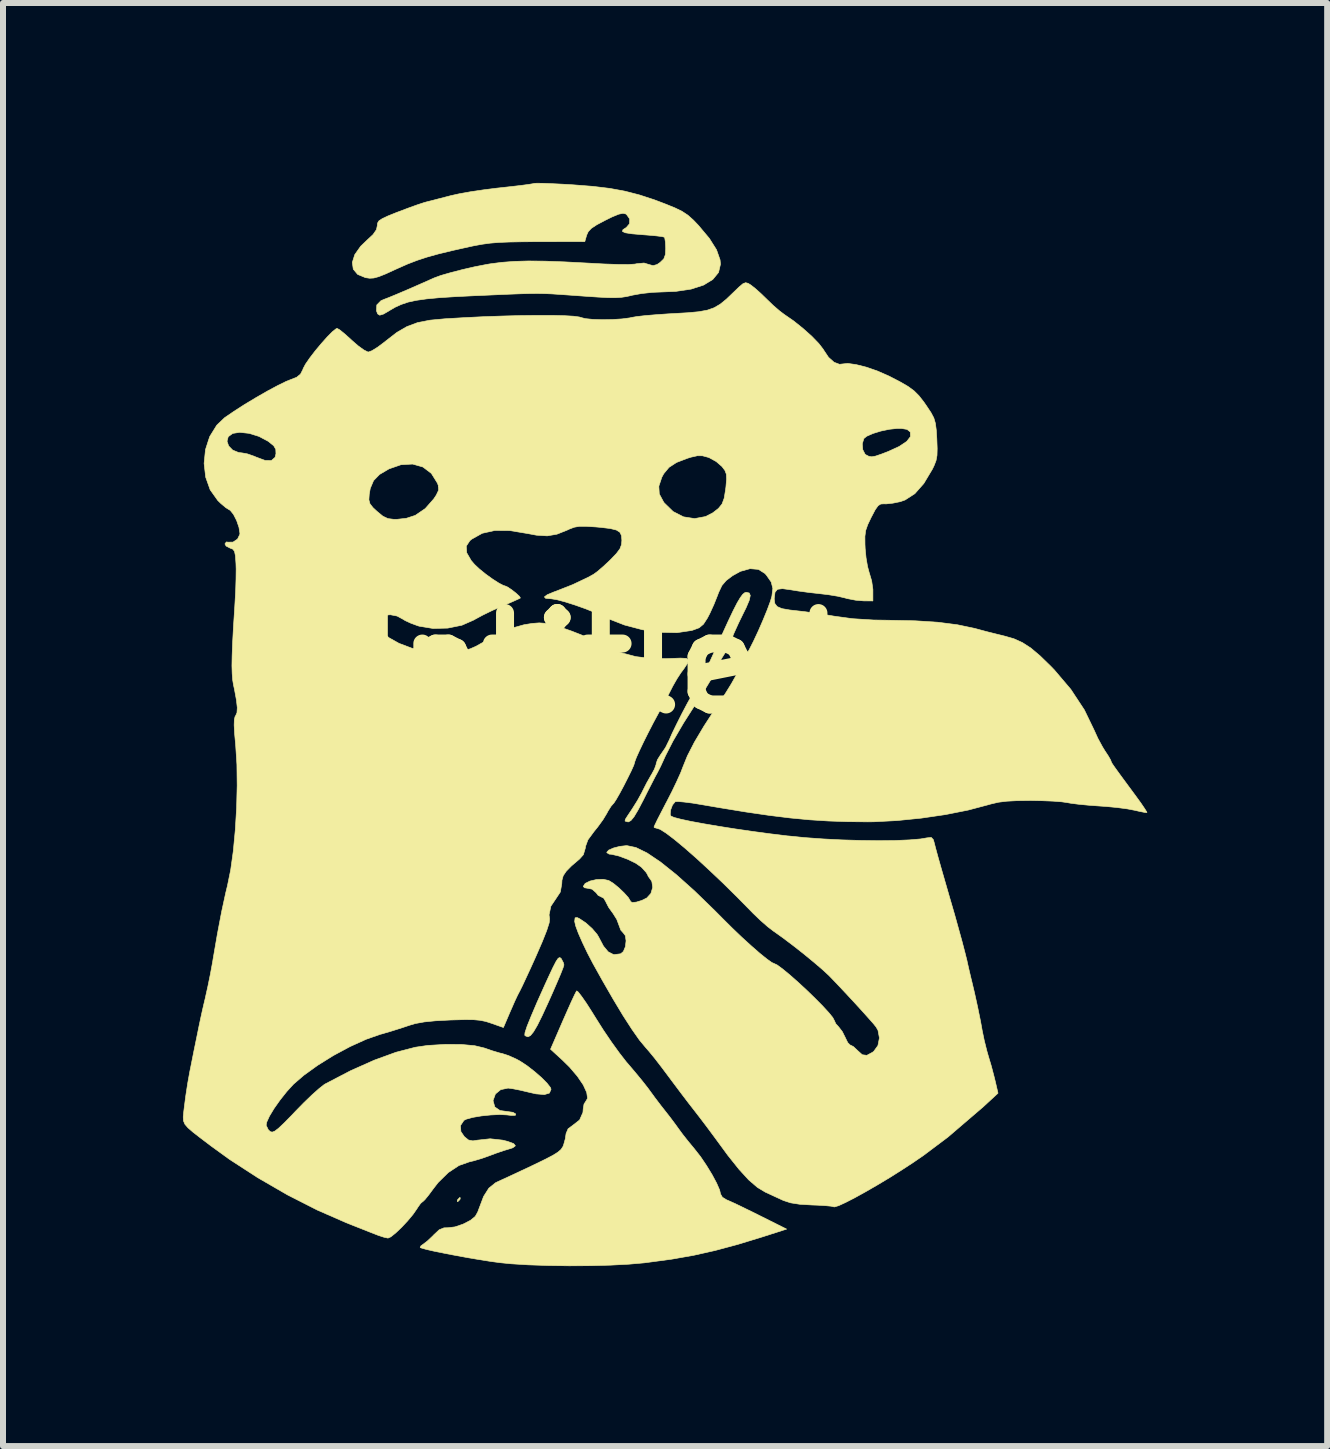
<source format=kicad_pcb>
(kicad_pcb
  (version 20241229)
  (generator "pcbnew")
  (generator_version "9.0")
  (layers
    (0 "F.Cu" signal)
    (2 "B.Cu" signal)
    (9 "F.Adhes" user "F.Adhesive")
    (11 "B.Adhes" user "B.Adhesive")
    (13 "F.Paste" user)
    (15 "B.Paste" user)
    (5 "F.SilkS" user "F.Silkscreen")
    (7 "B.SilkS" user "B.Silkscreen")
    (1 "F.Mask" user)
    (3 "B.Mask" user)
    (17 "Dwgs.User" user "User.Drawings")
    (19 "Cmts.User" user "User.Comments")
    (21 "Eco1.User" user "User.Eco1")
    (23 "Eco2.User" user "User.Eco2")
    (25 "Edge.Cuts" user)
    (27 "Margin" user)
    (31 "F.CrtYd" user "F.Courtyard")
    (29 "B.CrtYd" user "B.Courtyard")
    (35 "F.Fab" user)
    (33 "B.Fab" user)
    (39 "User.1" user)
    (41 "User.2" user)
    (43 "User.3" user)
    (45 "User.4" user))
  (footprint "Untitled"
    (layer "F.Cu")
    (at 6.495 8.006)
    (property "Reference" "Untitled" (at 0 0 0) (layer "F.SilkS") (effects (font (size 1.524 1.524) (thickness 0.3))))
    (attr through_hole)
    (fp_poly (pts (xy -1.872 8.931) (xy -1.878 8.944) (xy -1.912 8.978) (xy -1.918 8.979) (xy -1.921 8.956) (xy -1.914 8.944) (xy -1.88 8.909) (xy -1.874 8.908) (xy -1.872 8.931)) (stroke (width 0.01) (type solid)) (fill yes) (layer "F.SilkS"))
    (fp_poly (pts (xy -0.188 4.926) (xy -0.188 4.926) (xy -0.151 4.997) (xy -0.143 5.032) (xy -0.157 5.078) (xy -0.196 5.178) (xy -0.256 5.319) (xy -0.331 5.492) (xy -0.402 5.651) (xy -0.505 5.875) (xy -0.586 6.038) (xy -0.65 6.147) (xy -0.701 6.209) (xy -0.743 6.23) (xy -0.782 6.216) (xy -0.796 6.204) (xy -0.792 6.16) (xy -0.757 6.053) (xy -0.689 5.885) (xy -0.591 5.655) (xy -0.462 5.367) (xy -0.4 5.232) (xy -0.326 5.074) (xy -0.274 4.973) (xy -0.238 4.92) (xy -0.211 4.908) (xy -0.188 4.926)) (stroke (width 0.01) (type solid)) (fill yes) (layer "F.SilkS"))
    (fp_poly (pts (xy 2.947 -1.169) (xy 2.964 -1.128) (xy 2.947 -1.049) (xy 2.894 -0.924) (xy 2.843 -0.821) (xy 2.769 -0.669) (xy 2.697 -0.511) (xy 2.644 -0.384) (xy 2.595 -0.27) (xy 2.549 -0.178) (xy 2.526 -0.143) (xy 2.486 -0.079) (xy 2.437 0.022) (xy 2.415 0.072) (xy 2.37 0.162) (xy 2.295 0.296) (xy 2.199 0.454) (xy 2.093 0.621) (xy 2.077 0.644) (xy 1.852 0.997) (xy 1.676 1.298) (xy 1.548 1.548) (xy 1.52 1.61) (xy 1.469 1.721) (xy 1.419 1.819) (xy 1.416 1.825) (xy 1.379 1.892) (xy 1.32 2.007) (xy 1.246 2.151) (xy 1.181 2.281) (xy 1.092 2.45) (xy 1.026 2.561) (xy 0.974 2.624) (xy 0.932 2.647) (xy 0.925 2.647) (xy 0.876 2.633) (xy 0.882 2.603) (xy 0.917 2.548) (xy 0.976 2.46) (xy 1.009 2.409) (xy 1.085 2.287) (xy 1.155 2.16) (xy 1.173 2.123) (xy 1.237 1.997) (xy 1.308 1.872) (xy 1.316 1.86) (xy 1.366 1.767) (xy 1.394 1.689) (xy 1.395 1.675) (xy 1.417 1.609) (xy 1.47 1.525) (xy 1.478 1.514) (xy 1.551 1.407) (xy 1.609 1.289) (xy 1.61 1.288) (xy 1.66 1.174) (xy 1.735 1.019) (xy 1.824 0.842) (xy 1.918 0.664) (xy 2.006 0.506) (xy 2.076 0.388) (xy 2.084 0.376) (xy 2.136 0.286) (xy 2.206 0.15) (xy 2.285 -0.015) (xy 2.36 -0.179) (xy 2.49 -0.468) (xy 2.595 -0.698) (xy 2.679 -0.875) (xy 2.745 -1.004) (xy 2.798 -1.093) (xy 2.839 -1.148) (xy 2.873 -1.175) (xy 2.897 -1.181) (xy 2.947 -1.169)) (stroke (width 0.01) (type solid)) (fill yes) (layer "F.SilkS"))
    (fp_poly (pts (xy 0.095 5.483) (xy 0.151 5.555) (xy 0.23 5.668) (xy 0.324 5.815) (xy 0.391 5.923) (xy 0.515 6.119) (xy 0.65 6.318) (xy 0.783 6.502) (xy 0.898 6.65) (xy 0.928 6.684) (xy 1.045 6.822) (xy 1.159 6.96) (xy 1.251 7.077) (xy 1.282 7.119) (xy 1.371 7.241) (xy 1.476 7.379) (xy 1.539 7.459) (xy 1.632 7.578) (xy 1.72 7.696) (xy 1.768 7.763) (xy 1.835 7.854) (xy 1.929 7.973) (xy 2.03 8.095) (xy 2.034 8.1) (xy 2.133 8.226) (xy 2.233 8.374) (xy 2.327 8.528) (xy 2.403 8.67) (xy 2.453 8.785) (xy 2.468 8.851) (xy 2.499 8.905) (xy 2.567 8.947) (xy 2.634 8.976) (xy 2.751 9.03) (xy 2.901 9.103) (xy 3.071 9.186) (xy 3.118 9.21) (xy 3.57 9.436) (xy 3.171 9.564) (xy 2.756 9.691) (xy 2.38 9.792) (xy 2.02 9.873) (xy 1.65 9.938) (xy 1.248 9.992) (xy 1.194 9.999) (xy 0.941 10.021) (xy 0.636 10.037) (xy 0.298 10.046) (xy -0.056 10.048) (xy -0.407 10.043) (xy -0.737 10.032) (xy -1.028 10.014) (xy -1.207 9.996) (xy -1.363 9.975) (xy -1.547 9.946) (xy -1.747 9.912) (xy -1.95 9.875) (xy -2.141 9.838) (xy -2.309 9.804) (xy -2.44 9.774) (xy -2.521 9.751) (xy -2.54 9.743) (xy -2.527 9.715) (xy -2.488 9.687) (xy -2.421 9.636) (xy -2.337 9.557) (xy -2.308 9.527) (xy -2.222 9.447) (xy -2.143 9.415) (xy -2.073 9.413) (xy -1.959 9.399) (xy -1.824 9.353) (xy -1.7 9.289) (xy -1.621 9.224) (xy -1.581 9.153) (xy -1.556 9.087) (xy -1.482 8.891) (xy -1.395 8.754) (xy -1.284 8.664) (xy -1.243 8.644) (xy -1.154 8.603) (xy -1.017 8.54) (xy -0.851 8.462) (xy -0.672 8.378) (xy -0.641 8.363) (xy -0.458 8.274) (xy -0.329 8.207) (xy -0.244 8.154) (xy -0.191 8.108) (xy -0.16 8.061) (xy -0.149 8.034) (xy -0.12 7.93) (xy -0.107 7.842) (xy -0.107 7.842) (xy -0.073 7.763) (xy -0.001 7.71) (xy 0.118 7.617) (xy 0.174 7.491) (xy 0.179 7.428) (xy 0.192 7.351) (xy 0.215 7.316) (xy 0.251 7.256) (xy 0.237 7.158) (xy 0.18 7.033) (xy 0.082 6.889) (xy -0.049 6.735) (xy -0.168 6.618) (xy -0.366 6.437) (xy -0.161 5.964) (xy -0.086 5.794) (xy -0.02 5.646) (xy 0.032 5.535) (xy 0.064 5.472) (xy 0.07 5.464) (xy 0.095 5.483)) (stroke (width 0.01) (type solid)) (fill yes) (layer "F.SilkS"))
    (fp_poly (pts (xy -0.495 -8) (xy -0.346 -7.994) (xy -0.162 -7.985) (xy 0.006 -7.975) (xy 0.339 -7.949) (xy 0.621 -7.915) (xy 0.872 -7.869) (xy 1.113 -7.807) (xy 1.364 -7.725) (xy 1.538 -7.659) (xy 1.706 -7.591) (xy 1.827 -7.532) (xy 1.924 -7.468) (xy 2.016 -7.386) (xy 2.099 -7.299) (xy 2.281 -7.082) (xy 2.401 -6.892) (xy 2.46 -6.724) (xy 2.467 -6.652) (xy 2.435 -6.514) (xy 2.339 -6.397) (xy 2.185 -6.303) (xy 1.978 -6.236) (xy 1.722 -6.198) (xy 1.509 -6.189) (xy 1.333 -6.182) (xy 1.151 -6.162) (xy 1 -6.135) (xy 0.99 -6.132) (xy 0.902 -6.112) (xy 0.815 -6.099) (xy 0.715 -6.093) (xy 0.588 -6.094) (xy 0.421 -6.103) (xy 0.199 -6.118) (xy 0.144 -6.122) (xy -0.051 -6.136) (xy -0.21 -6.147) (xy -0.343 -6.156) (xy -0.464 -6.161) (xy -0.583 -6.163) (xy -0.713 -6.162) (xy -0.865 -6.158) (xy -1.051 -6.151) (xy -1.283 -6.141) (xy -1.573 -6.128) (xy -1.628 -6.126) (xy -1.954 -6.11) (xy -2.219 -6.093) (xy -2.432 -6.073) (xy -2.602 -6.049) (xy -2.741 -6.019) (xy -2.856 -5.98) (xy -2.959 -5.933) (xy -3.046 -5.882) (xy -3.151 -5.82) (xy -3.214 -5.801) (xy -3.249 -5.823) (xy -3.268 -5.874) (xy -3.263 -5.972) (xy -3.193 -6.043) (xy -3.136 -6.067) (xy -3.063 -6.095) (xy -2.93 -6.15) (xy -2.742 -6.23) (xy -2.505 -6.334) (xy -2.307 -6.422) (xy -2.196 -6.463) (xy -2.033 -6.51) (xy -1.84 -6.56) (xy -1.637 -6.607) (xy -1.443 -6.645) (xy -1.374 -6.657) (xy -1.181 -6.682) (xy -0.971 -6.698) (xy -0.735 -6.705) (xy -0.459 -6.702) (xy -0.134 -6.69) (xy 0.23 -6.671) (xy 0.525 -6.655) (xy 0.76 -6.647) (xy 0.933 -6.646) (xy 1.041 -6.653) (xy 1.069 -6.659) (xy 1.193 -6.671) (xy 1.261 -6.65) (xy 1.343 -6.627) (xy 1.41 -6.646) (xy 1.46 -6.68) (xy 1.522 -6.74) (xy 1.549 -6.813) (xy 1.554 -6.917) (xy 1.549 -7.02) (xy 1.538 -7.088) (xy 1.533 -7.101) (xy 1.491 -7.112) (xy 1.394 -7.124) (xy 1.259 -7.136) (xy 1.168 -7.143) (xy 0.991 -7.158) (xy 0.881 -7.175) (xy 0.833 -7.197) (xy 0.841 -7.227) (xy 0.897 -7.263) (xy 0.951 -7.326) (xy 0.953 -7.407) (xy 0.901 -7.48) (xy 0.888 -7.489) (xy 0.842 -7.5) (xy 0.77 -7.485) (xy 0.658 -7.439) (xy 0.549 -7.385) (xy 0.405 -7.309) (xy 0.314 -7.249) (xy 0.262 -7.193) (xy 0.236 -7.136) (xy 0.205 -7.028) (xy -0.569 -7.027) (xy -0.841 -7.025) (xy -1.056 -7.021) (xy -1.229 -7.014) (xy -1.374 -7.002) (xy -1.505 -6.984) (xy -1.637 -6.96) (xy -1.717 -6.943) (xy -2.003 -6.879) (xy -2.234 -6.823) (xy -2.425 -6.77) (xy -2.592 -6.715) (xy -2.748 -6.655) (xy -2.911 -6.583) (xy -2.951 -6.565) (xy -3.114 -6.49) (xy -3.229 -6.444) (xy -3.313 -6.421) (xy -3.381 -6.417) (xy -3.452 -6.427) (xy -3.452 -6.427) (xy -3.582 -6.481) (xy -3.655 -6.568) (xy -3.671 -6.681) (xy -3.63 -6.811) (xy -3.532 -6.95) (xy -3.433 -7.045) (xy -3.325 -7.146) (xy -3.269 -7.227) (xy -3.255 -7.291) (xy -3.25 -7.337) (xy -3.227 -7.374) (xy -3.173 -7.41) (xy -3.078 -7.455) (xy -2.929 -7.515) (xy -2.907 -7.523) (xy -2.746 -7.584) (xy -2.597 -7.638) (xy -2.479 -7.677) (xy -2.433 -7.69) (xy -2.337 -7.714) (xy -2.199 -7.75) (xy -2.048 -7.789) (xy -2.029 -7.794) (xy -1.889 -7.825) (xy -1.7 -7.859) (xy -1.484 -7.891) (xy -1.264 -7.919) (xy -1.208 -7.925) (xy -1.018 -7.946) (xy -0.854 -7.965) (xy -0.728 -7.982) (xy -0.654 -7.994) (xy -0.64 -7.998) (xy -0.597 -8.001) (xy -0.495 -8)) (stroke (width 0.01) (type solid)) (fill yes) (layer "F.SilkS"))
    (fp_poly (pts (xy 2.928 -6.332) (xy 2.966 -6.309) (xy 3.039 -6.253) (xy 3.138 -6.165) (xy 3.239 -6.067) (xy 3.347 -5.963) (xy 3.454 -5.871) (xy 3.531 -5.813) (xy 3.686 -5.706) (xy 3.843 -5.58) (xy 3.988 -5.451) (xy 4.105 -5.33) (xy 4.18 -5.233) (xy 4.188 -5.219) (xy 4.268 -5.099) (xy 4.361 -5.016) (xy 4.452 -4.982) (xy 4.494 -4.987) (xy 4.589 -4.997) (xy 4.73 -4.977) (xy 4.901 -4.934) (xy 5.085 -4.87) (xy 5.265 -4.791) (xy 5.274 -4.787) (xy 5.458 -4.692) (xy 5.593 -4.614) (xy 5.694 -4.54) (xy 5.776 -4.458) (xy 5.856 -4.356) (xy 5.905 -4.285) (xy 5.978 -4.175) (xy 6.024 -4.088) (xy 6.05 -3.999) (xy 6.065 -3.885) (xy 6.074 -3.739) (xy 6.08 -3.577) (xy 6.077 -3.464) (xy 6.061 -3.377) (xy 6.028 -3.292) (xy 6 -3.234) (xy 5.857 -2.995) (xy 5.707 -2.825) (xy 5.544 -2.72) (xy 5.464 -2.692) (xy 5.341 -2.667) (xy 5.23 -2.655) (xy 5.191 -2.656) (xy 5.139 -2.653) (xy 5.095 -2.625) (xy 5.047 -2.558) (xy 4.984 -2.438) (xy 4.981 -2.433) (xy 4.922 -2.309) (xy 4.888 -2.212) (xy 4.875 -2.113) (xy 4.876 -1.984) (xy 4.879 -1.914) (xy 4.894 -1.757) (xy 4.919 -1.611) (xy 4.948 -1.503) (xy 4.951 -1.495) (xy 4.988 -1.37) (xy 5.008 -1.23) (xy 5.008 -1.2) (xy 5.008 -1.037) (xy 4.856 -1.038) (xy 4.722 -1.049) (xy 4.577 -1.077) (xy 4.543 -1.087) (xy 4.424 -1.115) (xy 4.267 -1.141) (xy 4.114 -1.159) (xy 3.944 -1.178) (xy 3.767 -1.202) (xy 3.637 -1.223) (xy 3.5 -1.242) (xy 3.417 -1.231) (xy 3.376 -1.181) (xy 3.364 -1.086) (xy 3.363 -1.069) (xy 3.373 -0.994) (xy 3.412 -0.943) (xy 3.491 -0.909) (xy 3.623 -0.886) (xy 3.721 -0.875) (xy 3.878 -0.857) (xy 4.073 -0.83) (xy 4.274 -0.798) (xy 4.362 -0.783) (xy 4.669 -0.741) (xy 5.018 -0.719) (xy 5.275 -0.715) (xy 5.712 -0.706) (xy 6.089 -0.682) (xy 6.416 -0.64) (xy 6.702 -0.58) (xy 6.761 -0.564) (xy 6.906 -0.525) (xy 7.078 -0.482) (xy 7.2 -0.452) (xy 7.358 -0.407) (xy 7.5 -0.343) (xy 7.641 -0.252) (xy 7.793 -0.124) (xy 7.971 0.049) (xy 8.032 0.112) (xy 8.308 0.437) (xy 8.534 0.78) (xy 8.694 1.111) (xy 8.759 1.254) (xy 8.838 1.399) (xy 8.874 1.458) (xy 8.934 1.549) (xy 8.972 1.616) (xy 8.979 1.635) (xy 8.983 1.647) (xy 8.996 1.672) (xy 9.025 1.715) (xy 9.075 1.785) (xy 9.152 1.891) (xy 9.261 2.039) (xy 9.391 2.215) (xy 9.476 2.332) (xy 9.539 2.425) (xy 9.574 2.481) (xy 9.577 2.491) (xy 9.54 2.489) (xy 9.454 2.472) (xy 9.371 2.453) (xy 9.251 2.43) (xy 9.086 2.408) (xy 8.9 2.39) (xy 8.783 2.382) (xy 8.605 2.369) (xy 8.439 2.353) (xy 8.307 2.336) (xy 8.246 2.325) (xy 8.155 2.312) (xy 8.012 2.301) (xy 7.836 2.294) (xy 7.646 2.29) (xy 7.633 2.29) (xy 7.41 2.293) (xy 7.24 2.302) (xy 7.102 2.319) (xy 6.977 2.348) (xy 6.924 2.363) (xy 6.596 2.45) (xy 6.219 2.525) (xy 5.816 2.584) (xy 5.409 2.625) (xy 5.022 2.645) (xy 4.919 2.646) (xy 4.586 2.643) (xy 4.268 2.632) (xy 3.953 2.612) (xy 3.627 2.581) (xy 3.278 2.538) (xy 2.893 2.482) (xy 2.459 2.411) (xy 2.172 2.362) (xy 2.005 2.334) (xy 1.862 2.316) (xy 1.76 2.307) (xy 1.713 2.31) (xy 1.667 2.365) (xy 1.636 2.447) (xy 1.629 2.522) (xy 1.641 2.55) (xy 1.694 2.573) (xy 1.809 2.603) (xy 1.977 2.639) (xy 2.189 2.678) (xy 2.436 2.72) (xy 2.708 2.763) (xy 2.997 2.805) (xy 3.294 2.845) (xy 3.589 2.881) (xy 3.595 2.881) (xy 3.875 2.909) (xy 4.178 2.931) (xy 4.492 2.947) (xy 4.805 2.956) (xy 5.105 2.96) (xy 5.38 2.957) (xy 5.617 2.947) (xy 5.805 2.931) (xy 5.91 2.913) (xy 5.981 2.906) (xy 6.016 2.943) (xy 6.03 2.992) (xy 6.054 3.086) (xy 6.095 3.236) (xy 6.151 3.434) (xy 6.218 3.666) (xy 6.292 3.923) (xy 6.301 3.953) (xy 6.37 4.19) (xy 6.435 4.424) (xy 6.495 4.641) (xy 6.543 4.825) (xy 6.577 4.961) (xy 6.583 4.991) (xy 6.614 5.127) (xy 6.647 5.267) (xy 6.65 5.277) (xy 6.701 5.491) (xy 6.754 5.732) (xy 6.802 5.967) (xy 6.832 6.133) (xy 6.865 6.292) (xy 6.909 6.468) (xy 6.936 6.562) (xy 6.983 6.719) (xy 7.027 6.886) (xy 7.049 6.975) (xy 7.094 7.17) (xy 6.847 7.398) (xy 6.259 7.902) (xy 5.854 8.206) (xy 5.681 8.325) (xy 5.488 8.451) (xy 5.285 8.579) (xy 5.08 8.702) (xy 4.884 8.815) (xy 4.705 8.914) (xy 4.553 8.992) (xy 4.438 9.045) (xy 4.368 9.066) (xy 4.354 9.064) (xy 4.311 9.054) (xy 4.215 9.045) (xy 4.08 9.037) (xy 3.993 9.034) (xy 3.789 9.022) (xy 3.636 8.998) (xy 3.517 8.959) (xy 3.499 8.951) (xy 3.371 8.892) (xy 3.244 8.833) (xy 3.215 8.82) (xy 3.082 8.74) (xy 2.937 8.615) (xy 2.775 8.438) (xy 2.589 8.205) (xy 2.488 8.067) (xy 2.364 7.898) (xy 2.237 7.727) (xy 2.121 7.574) (xy 2.032 7.459) (xy 2.032 7.459) (xy 1.94 7.341) (xy 1.822 7.186) (xy 1.695 7.017) (xy 1.598 6.887) (xy 1.484 6.735) (xy 1.373 6.591) (xy 1.277 6.474) (xy 1.216 6.404) (xy 1.117 6.285) (xy 0.992 6.107) (xy 0.844 5.878) (xy 0.678 5.602) (xy 0.496 5.286) (xy 0.341 5.008) (xy 0.248 4.83) (xy 0.165 4.656) (xy 0.097 4.501) (xy 0.052 4.379) (xy 0.036 4.306) (xy 0.043 4.246) (xy 0.078 4.242) (xy 0.116 4.26) (xy 0.221 4.33) (xy 0.327 4.425) (xy 0.409 4.521) (xy 0.433 4.561) (xy 0.516 4.718) (xy 0.595 4.813) (xy 0.679 4.856) (xy 0.698 4.859) (xy 0.803 4.846) (xy 0.848 4.808) (xy 0.882 4.727) (xy 0.893 4.629) (xy 0.881 4.543) (xy 0.846 4.497) (xy 0.805 4.451) (xy 0.776 4.373) (xy 0.738 4.272) (xy 0.674 4.17) (xy 0.669 4.164) (xy 0.603 4.072) (xy 0.559 3.987) (xy 0.557 3.98) (xy 0.519 3.917) (xy 0.482 3.899) (xy 0.427 3.871) (xy 0.394 3.828) (xy 0.327 3.769) (xy 0.267 3.756) (xy 0.2 3.745) (xy 0.179 3.723) (xy 0.211 3.673) (xy 0.292 3.633) (xy 0.4 3.608) (xy 0.512 3.604) (xy 0.604 3.624) (xy 0.679 3.67) (xy 0.771 3.745) (xy 0.86 3.83) (xy 0.931 3.909) (xy 0.965 3.966) (xy 0.966 3.972) (xy 0.995 3.991) (xy 1.065 3.984) (xy 1.156 3.956) (xy 1.239 3.915) (xy 1.307 3.84) (xy 1.337 3.739) (xy 1.323 3.642) (xy 1.303 3.61) (xy 1.262 3.554) (xy 1.252 3.529) (xy 1.229 3.49) (xy 1.17 3.424) (xy 1.147 3.4) (xy 1.055 3.336) (xy 0.922 3.271) (xy 0.778 3.217) (xy 0.651 3.187) (xy 0.612 3.184) (xy 0.574 3.161) (xy 0.572 3.152) (xy 0.604 3.117) (xy 0.684 3.082) (xy 0.788 3.055) (xy 0.895 3.043) (xy 0.909 3.043) (xy 1.057 3.074) (xy 1.243 3.165) (xy 1.467 3.316) (xy 1.73 3.526) (xy 2.032 3.796) (xy 2.372 4.126) (xy 2.504 4.259) (xy 2.663 4.417) (xy 2.825 4.572) (xy 2.982 4.715) (xy 3.123 4.838) (xy 3.241 4.933) (xy 3.324 4.992) (xy 3.361 5.008) (xy 3.413 5.033) (xy 3.503 5.099) (xy 3.622 5.197) (xy 3.758 5.317) (xy 3.902 5.45) (xy 4.042 5.586) (xy 4.169 5.714) (xy 4.272 5.826) (xy 4.34 5.91) (xy 4.365 5.958) (xy 4.389 6.011) (xy 4.436 6.063) (xy 4.498 6.143) (xy 4.549 6.245) (xy 4.55 6.248) (xy 4.589 6.327) (xy 4.628 6.367) (xy 4.634 6.368) (xy 4.683 6.393) (xy 4.747 6.453) (xy 4.751 6.457) (xy 4.831 6.529) (xy 4.907 6.539) (xy 5 6.489) (xy 5.022 6.473) (xy 5.092 6.376) (xy 5.117 6.249) (xy 5.093 6.121) (xy 5.06 6.064) (xy 5.012 6.005) (xy 4.925 5.907) (xy 4.812 5.781) (xy 4.683 5.64) (xy 4.549 5.496) (xy 4.423 5.362) (xy 4.315 5.249) (xy 4.274 5.207) (xy 4.17 5.111) (xy 4.025 4.987) (xy 3.856 4.848) (xy 3.679 4.709) (xy 3.511 4.582) (xy 3.37 4.481) (xy 3.352 4.469) (xy 3.254 4.394) (xy 3.132 4.287) (xy 3.009 4.169) (xy 2.987 4.146) (xy 2.749 3.904) (xy 2.513 3.671) (xy 2.283 3.453) (xy 2.067 3.254) (xy 1.871 3.082) (xy 1.7 2.94) (xy 1.562 2.835) (xy 1.461 2.771) (xy 1.412 2.755) (xy 1.365 2.742) (xy 1.359 2.732) (xy 1.375 2.694) (xy 1.418 2.605) (xy 1.483 2.479) (xy 1.561 2.328) (xy 1.57 2.312) (xy 1.658 2.14) (xy 1.738 1.973) (xy 1.803 1.829) (xy 1.839 1.735) (xy 1.916 1.545) (xy 2.032 1.319) (xy 2.192 1.05) (xy 2.397 0.734) (xy 2.441 0.668) (xy 2.549 0.505) (xy 2.646 0.348) (xy 2.722 0.214) (xy 2.768 0.12) (xy 2.772 0.11) (xy 2.822 -0.009) (xy 2.88 -0.117) (xy 2.893 -0.137) (xy 2.948 -0.228) (xy 3.019 -0.368) (xy 3.098 -0.537) (xy 3.176 -0.716) (xy 3.246 -0.887) (xy 3.299 -1.03) (xy 3.324 -1.115) (xy 3.34 -1.245) (xy 3.313 -1.352) (xy 3.235 -1.464) (xy 3.209 -1.494) (xy 3.1 -1.563) (xy 2.96 -1.575) (xy 2.799 -1.53) (xy 2.669 -1.458) (xy 2.562 -1.377) (xy 2.491 -1.294) (xy 2.436 -1.178) (xy 2.417 -1.127) (xy 2.358 -0.979) (xy 2.29 -0.83) (xy 2.249 -0.751) (xy 2.183 -0.649) (xy 2.111 -0.589) (xy 2.005 -0.55) (xy 1.983 -0.544) (xy 1.742 -0.508) (xy 1.463 -0.514) (xy 1.165 -0.557) (xy 0.866 -0.636) (xy 0.584 -0.746) (xy 0.53 -0.773) (xy 0.389 -0.837) (xy 0.221 -0.905) (xy 0.044 -0.968) (xy -0.123 -1.021) (xy -0.262 -1.058) (xy -0.355 -1.073) (xy -0.358 -1.073) (xy -0.448 -1.081) (xy -0.469 -1.104) (xy -0.422 -1.14) (xy -0.307 -1.188) (xy -0.273 -1.2) (xy 0.006 -1.31) (xy 0.263 -1.432) (xy 0.353 -1.482) (xy 0.42 -1.531) (xy 0.517 -1.615) (xy 0.623 -1.714) (xy 0.63 -1.721) (xy 0.732 -1.827) (xy 0.791 -1.906) (xy 0.817 -1.976) (xy 0.823 -2.046) (xy 0.817 -2.126) (xy 0.79 -2.182) (xy 0.732 -2.219) (xy 0.631 -2.244) (xy 0.475 -2.263) (xy 0.385 -2.271) (xy 0.225 -2.281) (xy 0.114 -2.281) (xy 0.029 -2.266) (xy -0.053 -2.235) (xy -0.086 -2.219) (xy -0.259 -2.15) (xy -0.421 -2.122) (xy -0.6 -2.133) (xy -0.745 -2.16) (xy -1.044 -2.21) (xy -1.295 -2.212) (xy -1.505 -2.165) (xy -1.679 -2.068) (xy -1.711 -2.042) (xy -1.771 -1.951) (xy -1.764 -1.84) (xy -1.689 -1.71) (xy -1.633 -1.645) (xy -1.553 -1.57) (xy -1.447 -1.484) (xy -1.332 -1.401) (xy -1.227 -1.334) (xy -1.15 -1.294) (xy -1.127 -1.288) (xy -1.083 -1.269) (xy -1.014 -1.223) (xy -0.941 -1.166) (xy -0.886 -1.115) (xy -0.869 -1.087) (xy -0.869 -1.086) (xy -0.907 -1.067) (xy -0.995 -1.027) (xy -1.118 -0.974) (xy -1.175 -0.95) (xy -1.336 -0.879) (xy -1.496 -0.801) (xy -1.626 -0.731) (xy -1.644 -0.72) (xy -1.844 -0.632) (xy -2.08 -0.584) (xy -2.325 -0.578) (xy -2.556 -0.616) (xy -2.582 -0.624) (xy -2.698 -0.667) (xy -2.791 -0.71) (xy -2.826 -0.732) (xy -2.924 -0.785) (xy -3.037 -0.807) (xy -3.143 -0.797) (xy -3.218 -0.756) (xy -3.234 -0.73) (xy -3.237 -0.629) (xy -3.176 -0.525) (xy -3.059 -0.423) (xy -2.893 -0.33) (xy -2.684 -0.251) (xy -2.676 -0.249) (xy -2.53 -0.212) (xy -2.386 -0.192) (xy -2.217 -0.188) (xy -2.086 -0.191) (xy -1.92 -0.2) (xy -1.802 -0.213) (xy -1.707 -0.238) (xy -1.611 -0.28) (xy -1.49 -0.348) (xy -1.474 -0.357) (xy -1.226 -0.491) (xy -1.011 -0.583) (xy -0.808 -0.64) (xy -0.673 -0.662) (xy -0.555 -0.671) (xy -0.446 -0.663) (xy -0.319 -0.635) (xy -0.173 -0.59) (xy -0.012 -0.533) (xy 0.144 -0.472) (xy 0.267 -0.418) (xy 0.286 -0.408) (xy 0.572 -0.269) (xy 0.821 -0.171) (xy 1.055 -0.109) (xy 1.291 -0.079) (xy 1.551 -0.075) (xy 1.637 -0.078) (xy 1.8 -0.084) (xy 1.897 -0.079) (xy 1.934 -0.054) (xy 1.919 0.001) (xy 1.858 0.093) (xy 1.807 0.161) (xy 1.742 0.261) (xy 1.671 0.385) (xy 1.649 0.429) (xy 1.591 0.542) (xy 1.514 0.687) (xy 1.434 0.834) (xy 1.43 0.841) (xy 1.348 0.993) (xy 1.264 1.156) (xy 1.184 1.316) (xy 1.116 1.459) (xy 1.065 1.572) (xy 1.039 1.641) (xy 1.037 1.651) (xy 1.022 1.701) (xy 0.98 1.795) (xy 0.92 1.916) (xy 0.853 2.048) (xy 0.786 2.173) (xy 0.728 2.274) (xy 0.689 2.334) (xy 0.68 2.343) (xy 0.642 2.387) (xy 0.59 2.47) (xy 0.573 2.503) (xy 0.509 2.609) (xy 0.419 2.733) (xy 0.359 2.807) (xy 0.257 2.946) (xy 0.216 3.058) (xy 0.215 3.079) (xy 0.181 3.194) (xy 0.118 3.265) (xy -0.018 3.381) (xy -0.105 3.47) (xy -0.155 3.544) (xy -0.176 3.619) (xy -0.179 3.677) (xy -0.203 3.816) (xy -0.268 3.914) (xy -0.361 4.053) (xy -0.391 4.197) (xy -0.382 4.263) (xy -0.389 4.33) (xy -0.43 4.458) (xy -0.503 4.642) (xy -0.607 4.881) (xy -0.614 4.897) (xy -0.698 5.083) (xy -0.774 5.247) (xy -0.835 5.378) (xy -0.877 5.463) (xy -0.892 5.491) (xy -0.917 5.539) (xy -0.962 5.635) (xy -1.017 5.761) (xy -1.035 5.801) (xy -1.152 6.075) (xy -1.354 6.004) (xy -1.447 5.974) (xy -1.539 5.955) (xy -1.646 5.945) (xy -1.785 5.943) (xy -1.973 5.948) (xy -2.039 5.95) (xy -2.285 5.963) (xy -2.474 5.982) (xy -2.622 6.009) (xy -2.719 6.038) (xy -2.854 6.083) (xy -3.022 6.136) (xy -3.19 6.185) (xy -3.2 6.187) (xy -3.44 6.271) (xy -3.707 6.392) (xy -3.983 6.54) (xy -4.247 6.704) (xy -4.479 6.871) (xy -4.653 7.021) (xy -4.765 7.144) (xy -4.876 7.284) (xy -4.975 7.424) (xy -5.053 7.553) (xy -5.099 7.654) (xy -5.108 7.705) (xy -5.071 7.781) (xy -5.037 7.812) (xy -5.006 7.819) (xy -4.963 7.802) (xy -4.901 7.755) (xy -4.81 7.669) (xy -4.683 7.54) (xy -4.617 7.47) (xy -4.477 7.327) (xy -4.343 7.198) (xy -4.226 7.094) (xy -4.141 7.027) (xy -4.123 7.016) (xy -3.701 6.796) (xy -3.306 6.62) (xy -2.944 6.488) (xy -2.621 6.404) (xy -2.415 6.374) (xy -2.114 6.356) (xy -1.849 6.358) (xy -1.632 6.378) (xy -1.473 6.416) (xy -1.467 6.418) (xy -1.337 6.463) (xy -1.209 6.501) (xy -1.175 6.508) (xy -1.067 6.543) (xy -0.938 6.601) (xy -0.872 6.637) (xy -0.754 6.715) (xy -0.631 6.811) (xy -0.516 6.911) (xy -0.424 7.004) (xy -0.368 7.076) (xy -0.358 7.105) (xy -0.385 7.168) (xy -0.469 7.193) (xy -0.611 7.181) (xy -0.733 7.153) (xy -0.872 7.12) (xy -0.994 7.096) (xy -1.074 7.085) (xy -1.074 7.085) (xy -1.197 7.111) (xy -1.285 7.183) (xy -1.323 7.287) (xy -1.324 7.299) (xy -1.295 7.4) (xy -1.209 7.459) (xy -1.078 7.477) (xy -0.993 7.489) (xy -0.946 7.517) (xy -0.953 7.539) (xy -1.019 7.541) (xy -1.095 7.532) (xy -1.215 7.526) (xy -1.363 7.533) (xy -1.519 7.549) (xy -1.661 7.573) (xy -1.768 7.602) (xy -1.81 7.623) (xy -1.868 7.71) (xy -1.861 7.81) (xy -1.804 7.894) (xy -1.734 7.951) (xy -1.661 7.965) (xy -1.583 7.953) (xy -1.373 7.93) (xy -1.164 7.953) (xy -1.081 7.974) (xy -0.981 8.011) (xy -0.952 8.047) (xy -0.995 8.08) (xy -1.064 8.102) (xy -1.15 8.128) (xy -1.273 8.17) (xy -1.377 8.209) (xy -1.514 8.258) (xy -1.646 8.297) (xy -1.721 8.315) (xy -1.894 8.376) (xy -2.072 8.494) (xy -2.24 8.659) (xy -2.322 8.765) (xy -2.399 8.869) (xy -2.461 8.945) (xy -2.497 8.979) (xy -2.499 8.979) (xy -2.532 9.007) (xy -2.581 9.076) (xy -2.593 9.096) (xy -2.659 9.191) (xy -2.75 9.3) (xy -2.851 9.408) (xy -2.949 9.501) (xy -3.029 9.565) (xy -3.076 9.586) (xy -3.142 9.572) (xy -3.24 9.54) (xy -3.273 9.527) (xy -3.368 9.49) (xy -3.507 9.435) (xy -3.669 9.371) (xy -3.774 9.329) (xy -4.254 9.119) (xy -4.753 8.865) (xy -5.249 8.578) (xy -5.719 8.273) (xy -6.028 8.049) (xy -6.202 7.917) (xy -6.327 7.82) (xy -6.411 7.747) (xy -6.462 7.688) (xy -6.486 7.631) (xy -6.49 7.566) (xy -6.482 7.482) (xy -6.47 7.384) (xy -6.447 7.208) (xy -6.415 7.001) (xy -6.379 6.801) (xy -6.37 6.758) (xy -6.313 6.471) (xy -6.266 6.243) (xy -6.229 6.061) (xy -6.198 5.914) (xy -6.171 5.791) (xy -6.145 5.679) (xy -6.118 5.566) (xy -6.118 5.563) (xy -6.079 5.388) (xy -6.037 5.182) (xy -6 4.981) (xy -5.993 4.937) (xy -5.919 4.507) (xy -5.849 4.14) (xy -5.782 3.831) (xy -5.753 3.712) (xy -5.699 3.448) (xy -5.655 3.131) (xy -5.622 2.779) (xy -5.6 2.409) (xy -5.591 2.041) (xy -5.595 1.692) (xy -5.615 1.38) (xy -5.616 1.367) (xy -5.634 1.17) (xy -5.641 1.033) (xy -5.638 0.943) (xy -5.626 0.891) (xy -5.616 0.876) (xy -5.594 0.826) (xy -5.589 0.743) (xy -5.603 0.617) (xy -5.636 0.437) (xy -5.652 0.364) (xy -5.666 0.279) (xy -5.674 0.175) (xy -5.678 0.044) (xy -5.675 -0.123) (xy -5.667 -0.335) (xy -5.653 -0.599) (xy -5.632 -0.924) (xy -5.627 -1.01) (xy -5.616 -1.205) (xy -5.61 -1.401) (xy -5.608 -1.57) (xy -5.611 -1.663) (xy -5.62 -1.79) (xy -5.635 -1.863) (xy -5.663 -1.9) (xy -5.709 -1.918) (xy -5.775 -1.952) (xy -5.795 -1.988) (xy -5.77 -2.021) (xy -5.745 -2.017) (xy -5.66 -2.018) (xy -5.585 -2.068) (xy -5.546 -2.148) (xy -5.545 -2.165) (xy -5.561 -2.265) (xy -5.6 -2.378) (xy -5.652 -2.48) (xy -5.706 -2.547) (xy -5.725 -2.558) (xy -5.781 -2.593) (xy -5.863 -2.662) (xy -5.914 -2.712) (xy -5.922 -2.723) (xy -3.395 -2.723) (xy -3.377 -2.657) (xy -3.326 -2.592) (xy -3.259 -2.53) (xy -3.162 -2.45) (xy -3.078 -2.41) (xy -2.976 -2.397) (xy -2.932 -2.397) (xy -2.77 -2.415) (xy -2.626 -2.462) (xy -2.619 -2.465) (xy -2.455 -2.577) (xy -2.314 -2.737) (xy -2.272 -2.8) (xy -2.232 -2.884) (xy -2.236 -2.949) (xy 1.439 -2.949) (xy 1.447 -2.82) (xy 1.518 -2.688) (xy 1.529 -2.672) (xy 1.678 -2.527) (xy 1.851 -2.439) (xy 2.036 -2.41) (xy 2.219 -2.444) (xy 2.339 -2.506) (xy 2.433 -2.579) (xy 2.493 -2.653) (xy 2.529 -2.75) (xy 2.552 -2.891) (xy 2.558 -2.938) (xy 2.569 -3.068) (xy 2.565 -3.151) (xy 2.541 -3.213) (xy 2.492 -3.278) (xy 2.492 -3.278) (xy 2.396 -3.361) (xy 2.278 -3.426) (xy 2.26 -3.432) (xy 2.167 -3.457) (xy 2.083 -3.458) (xy 1.976 -3.434) (xy 1.915 -3.415) (xy 1.735 -3.346) (xy 1.609 -3.264) (xy 1.521 -3.158) (xy 1.489 -3.099) (xy 1.439 -2.949) (xy -2.236 -2.949) (xy -2.237 -2.96) (xy -2.252 -3.001) (xy -2.353 -3.163) (xy -2.494 -3.27) (xy -2.666 -3.319) (xy -2.86 -3.308) (xy -3.059 -3.239) (xy -3.217 -3.146) (xy -3.317 -3.043) (xy -3.372 -2.913) (xy -3.389 -2.815) (xy -3.395 -2.723) (xy -5.922 -2.723) (xy -6.041 -2.89) (xy -6.116 -3.101) (xy -6.142 -3.33) (xy -6.119 -3.56) (xy -6.074 -3.7) (xy -5.76 -3.7) (xy -5.733 -3.621) (xy -5.666 -3.552) (xy -5.566 -3.511) (xy -5.51 -3.505) (xy -5.421 -3.489) (xy -5.309 -3.45) (xy -5.277 -3.436) (xy -5.125 -3.379) (xy -5.02 -3.378) (xy -4.959 -3.431) (xy -4.944 -3.491) (xy -4.947 -3.565) (xy -4.982 -3.625) (xy -5.022 -3.657) (xy 4.831 -3.657) (xy 4.839 -3.559) (xy 4.877 -3.485) (xy 4.892 -3.473) (xy 4.941 -3.448) (xy 4.989 -3.44) (xy 5.054 -3.452) (xy 5.153 -3.486) (xy 5.265 -3.529) (xy 5.448 -3.613) (xy 5.573 -3.697) (xy 5.635 -3.777) (xy 5.632 -3.851) (xy 5.629 -3.856) (xy 5.578 -3.897) (xy 5.483 -3.913) (xy 5.415 -3.913) (xy 5.283 -3.899) (xy 5.14 -3.869) (xy 5.007 -3.828) (xy 4.905 -3.783) (xy 4.858 -3.745) (xy 4.831 -3.657) (xy -5.022 -3.657) (xy -5.064 -3.691) (xy -5.078 -3.701) (xy -5.227 -3.78) (xy -5.392 -3.831) (xy -5.55 -3.848) (xy -5.666 -3.83) (xy -5.74 -3.775) (xy -5.76 -3.7) (xy -6.074 -3.7) (xy -6.048 -3.778) (xy -5.931 -3.967) (xy -5.8 -4.092) (xy -5.646 -4.197) (xy -5.466 -4.313) (xy -5.273 -4.429) (xy -5.083 -4.538) (xy -4.911 -4.63) (xy -4.774 -4.697) (xy -4.709 -4.723) (xy -4.599 -4.766) (xy -4.535 -4.818) (xy -4.495 -4.896) (xy -4.491 -4.91) (xy -4.452 -4.984) (xy -4.381 -5.087) (xy -4.289 -5.207) (xy -4.187 -5.329) (xy -4.088 -5.44) (xy -4.002 -5.527) (xy -3.941 -5.575) (xy -3.925 -5.581) (xy -3.883 -5.558) (xy -3.806 -5.496) (xy -3.707 -5.408) (xy -3.682 -5.384) (xy -3.575 -5.291) (xy -3.48 -5.222) (xy -3.412 -5.188) (xy -3.403 -5.187) (xy -3.343 -5.209) (xy -3.248 -5.268) (xy -3.136 -5.352) (xy -3.105 -5.377) (xy -2.928 -5.514) (xy -2.761 -5.611) (xy -2.584 -5.677) (xy -2.376 -5.718) (xy -2.129 -5.741) (xy -1.808 -5.76) (xy -1.485 -5.776) (xy -1.167 -5.787) (xy -0.865 -5.795) (xy -0.587 -5.798) (xy -0.341 -5.798) (xy -0.136 -5.793) (xy 0.018 -5.784) (xy 0.114 -5.771) (xy 0.136 -5.764) (xy 0.212 -5.744) (xy 0.34 -5.731) (xy 0.498 -5.726) (xy 0.667 -5.729) (xy 0.825 -5.739) (xy 0.954 -5.756) (xy 0.984 -5.763) (xy 1.07 -5.778) (xy 1.211 -5.794) (xy 1.39 -5.809) (xy 1.59 -5.823) (xy 1.681 -5.828) (xy 1.922 -5.842) (xy 2.106 -5.859) (xy 2.248 -5.885) (xy 2.361 -5.925) (xy 2.462 -5.984) (xy 2.563 -6.066) (xy 2.678 -6.176) (xy 2.778 -6.272) (xy 2.842 -6.326) (xy 2.887 -6.343) (xy 2.928 -6.332)) (stroke (width 0.01) (type solid)) (fill yes) (layer "F.SilkS")))
  (gr_rect
    (start -3 -3)
    (end 19.077 21.059)
    (stroke (width 0.1) (type default))
    (fill no)
    (layer "Edge.Cuts")))
</source>
